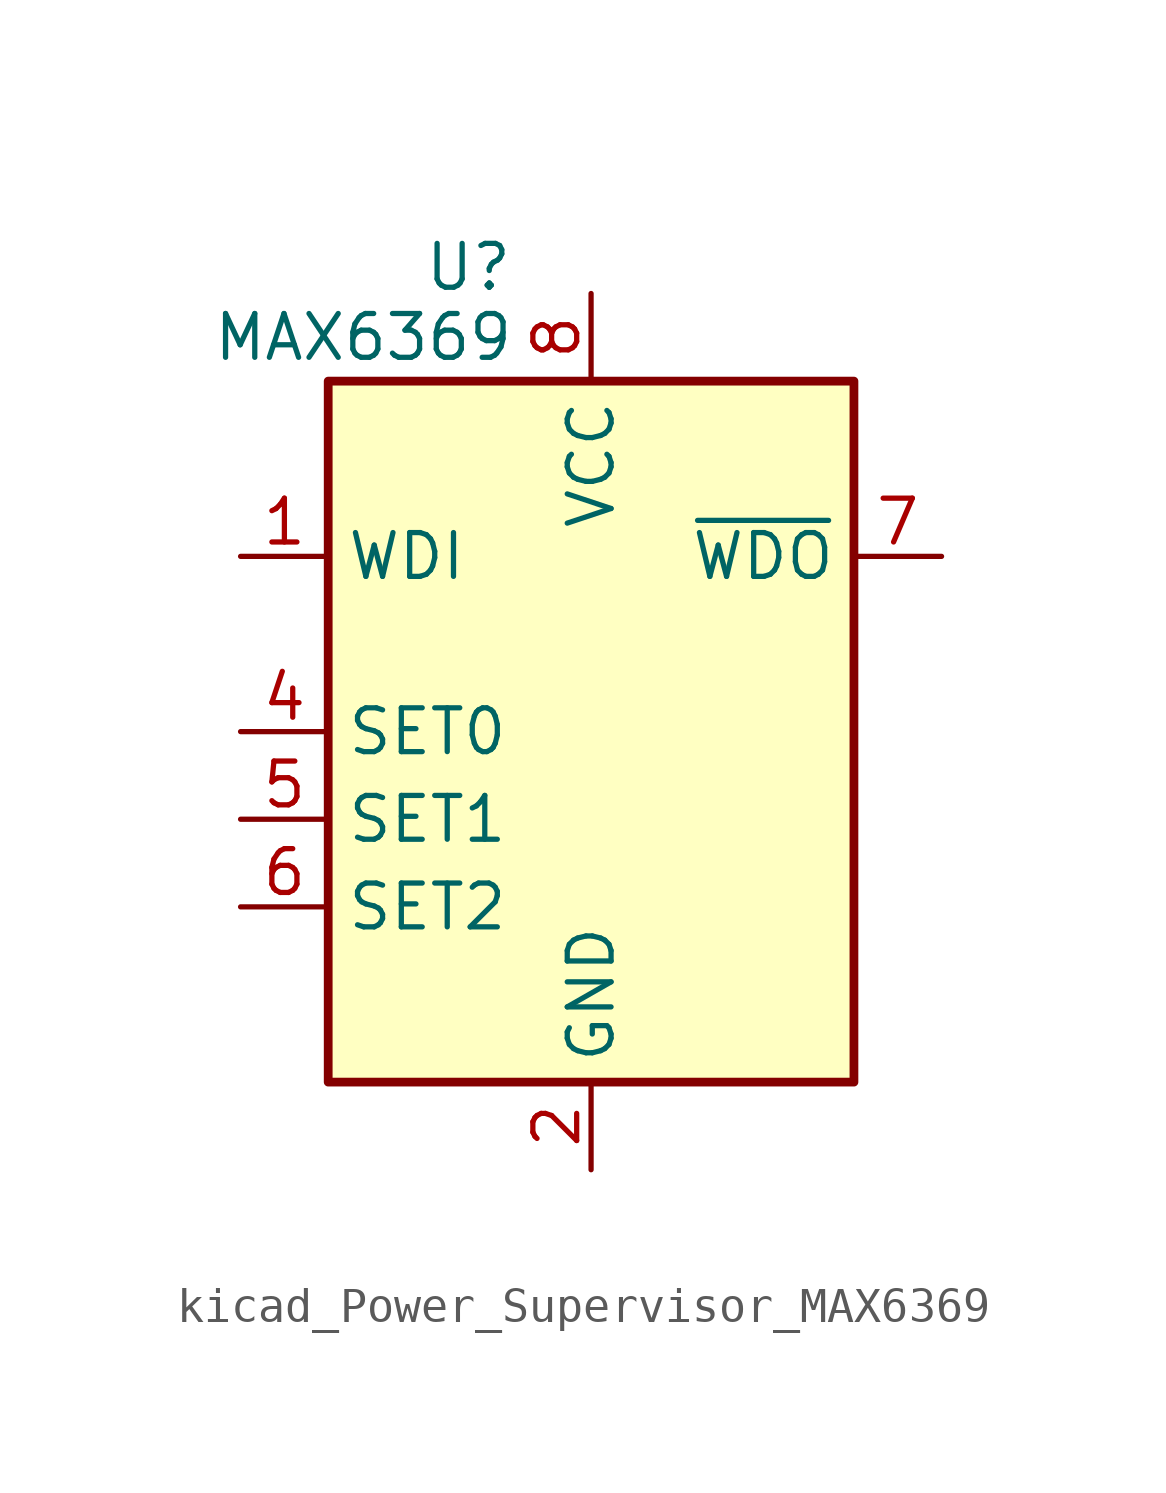
<source format=kicad_sym>
(kicad_symbol_lib
  (version 20220914)
  (generator kicad_symbol_editor)
  (symbol "kicad_Power_Supervisor_MAX6369"
    (property "Reference" "U"
      (at -3.556 13.462 0)
      (effects (font (size 1.27 1.27))))
    (property "Value" "MAX6369"
      (at -6.604 11.43 0)
      (effects (font (size 1.27 1.27))))
    (symbol "kicad_Power_Supervisor_MAX6369_0_1"
      (rectangle (start -7.62 10.16) (end 7.62 -10.16) (stroke (width 0.254) (type default)) (fill (type background))))
    (symbol "kicad_Power_Supervisor_MAX6369_1_1"
      (pin input line (at -10.16 5.08 0) (length 2.54) (name "WDI" (effects (font (size 1.27 1.27)))) (number "1" (effects (font (size 1.27 1.27)))))
      (pin power_in line (at 0 -12.7 90) (length 2.54) (name "GND" (effects (font (size 1.27 1.27)))) (number "2" (effects (font (size 1.27 1.27)))))
      (pin no_connect line (at 7.62 -5.08 180) (length 2.54) hide (name "NC" (effects (font (size 1.27 1.27)))) (number "3" (effects (font (size 1.27 1.27)))))
      (pin input line (at -10.16 0 0) (length 2.54) (name "SET0" (effects (font (size 1.27 1.27)))) (number "4" (effects (font (size 1.27 1.27)))))
      (pin input line (at -10.16 -2.54 0) (length 2.54) (name "SET1" (effects (font (size 1.27 1.27)))) (number "5" (effects (font (size 1.27 1.27)))))
      (pin input line (at -10.16 -5.08 0) (length 2.54) (name "SET2" (effects (font (size 1.27 1.27)))) (number "6" (effects (font (size 1.27 1.27)))))
      (pin open_collector line (at 10.16 5.08 180) (length 2.54) (name "~{WDO}" (effects (font (size 1.27 1.27)))) (number "7" (effects (font (size 1.27 1.27)))))
      (pin power_in line (at 0 12.7 270) (length 2.54) (name "VCC" (effects (font (size 1.27 1.27)))) (number "8" (effects (font (size 1.27 1.27))))))))
</source>
